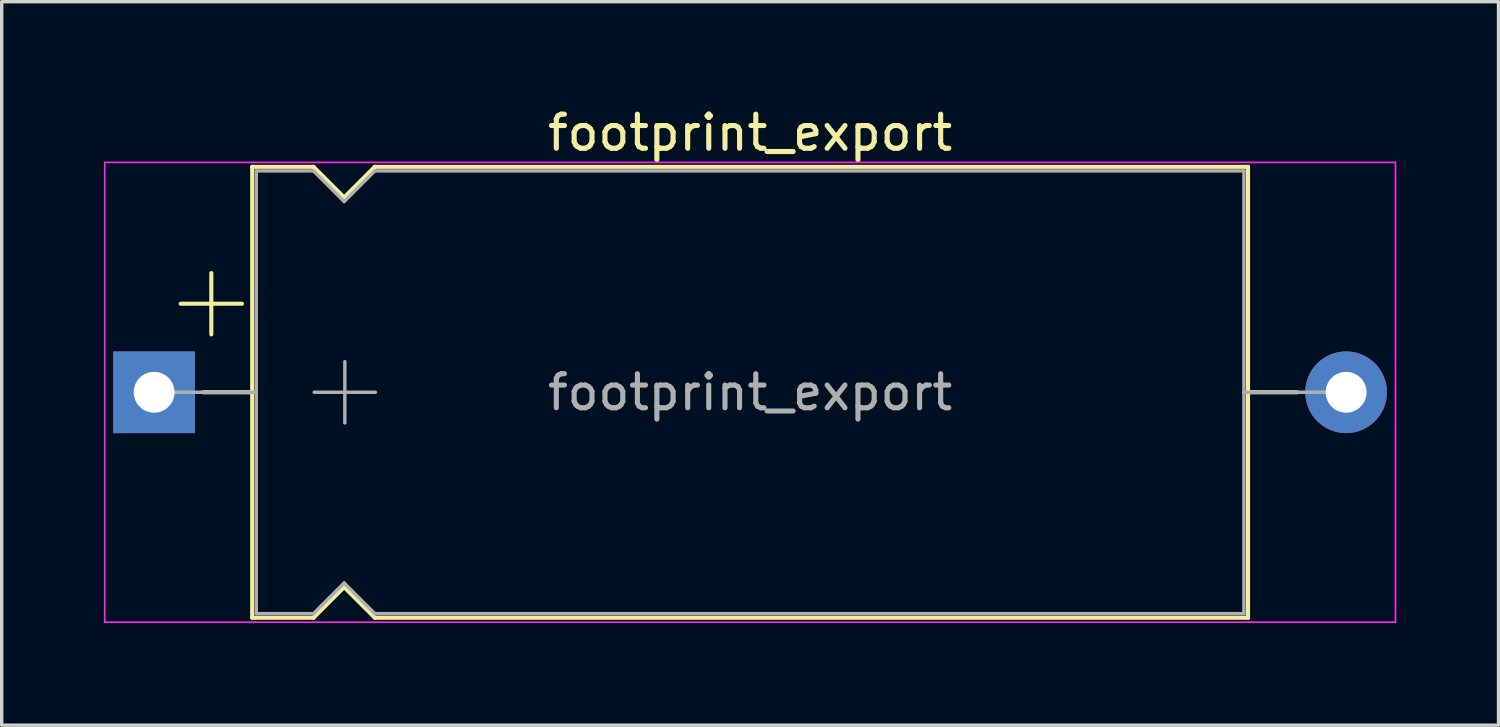
<source format=kicad_pcb>
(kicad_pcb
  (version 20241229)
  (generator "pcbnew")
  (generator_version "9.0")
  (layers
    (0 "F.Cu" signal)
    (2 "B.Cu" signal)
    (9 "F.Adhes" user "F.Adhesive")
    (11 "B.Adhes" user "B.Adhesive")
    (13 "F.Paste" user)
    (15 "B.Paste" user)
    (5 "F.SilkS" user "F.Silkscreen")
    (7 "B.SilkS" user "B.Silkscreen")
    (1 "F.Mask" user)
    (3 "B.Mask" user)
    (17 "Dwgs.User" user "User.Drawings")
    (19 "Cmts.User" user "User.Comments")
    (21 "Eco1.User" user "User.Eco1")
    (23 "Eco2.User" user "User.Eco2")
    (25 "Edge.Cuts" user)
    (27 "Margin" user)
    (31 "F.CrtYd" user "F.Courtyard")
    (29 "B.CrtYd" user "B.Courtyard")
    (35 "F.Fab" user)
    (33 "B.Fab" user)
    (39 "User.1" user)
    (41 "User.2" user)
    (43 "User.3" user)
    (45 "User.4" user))
  (footprint "footprint_export"
    (layer "F.Cu")
    (at 1.475 8.468)
    (property "Reference" "footprint_export" (at 17.5 -7.62 0) (layer "F.SilkS") (effects (font (size 1 1) (thickness 0.15))))
    (attr through_hole)
    (fp_line (start 0.78 -2.6) (end 2.58 -2.6) (stroke (width 0.12) (type solid)) (layer "F.SilkS"))
    (fp_line (start 1.44 0) (end 2.88 0) (stroke (width 0.12) (type solid)) (layer "F.SilkS"))
    (fp_line (start 1.68 -3.5) (end 1.68 -1.7) (stroke (width 0.12) (type solid)) (layer "F.SilkS"))
    (fp_line (start 2.88 -6.62) (end 2.88 6.62) (stroke (width 0.12) (type solid)) (layer "F.SilkS"))
    (fp_line (start 2.88 -6.62) (end 4.68 -6.62) (stroke (width 0.12) (type solid)) (layer "F.SilkS"))
    (fp_line (start 2.88 6.62) (end 4.68 6.62) (stroke (width 0.12) (type solid)) (layer "F.SilkS"))
    (fp_line (start 4.68 -6.62) (end 5.58 -5.72) (stroke (width 0.12) (type solid)) (layer "F.SilkS"))
    (fp_line (start 4.68 6.62) (end 5.58 5.72) (stroke (width 0.12) (type solid)) (layer "F.SilkS"))
    (fp_line (start 5.58 -5.72) (end 6.48 -6.62) (stroke (width 0.12) (type solid)) (layer "F.SilkS"))
    (fp_line (start 5.58 5.72) (end 6.48 6.62) (stroke (width 0.12) (type solid)) (layer "F.SilkS"))
    (fp_line (start 6.48 -6.62) (end 32.12 -6.62) (stroke (width 0.12) (type solid)) (layer "F.SilkS"))
    (fp_line (start 6.48 6.62) (end 32.12 6.62) (stroke (width 0.12) (type solid)) (layer "F.SilkS"))
    (fp_line (start 32.12 -6.62) (end 32.12 6.62) (stroke (width 0.12) (type solid)) (layer "F.SilkS"))
    (fp_line (start 33.56 0) (end 32.12 0) (stroke (width 0.12) (type solid)) (layer "F.SilkS"))
    (fp_line (start -1.45 -6.75) (end -1.45 6.75) (stroke (width 0.05) (type solid)) (layer "F.CrtYd"))
    (fp_line (start -1.45 6.75) (end 36.45 6.75) (stroke (width 0.05) (type solid)) (layer "F.CrtYd"))
    (fp_line (start 36.45 -6.75) (end -1.45 -6.75) (stroke (width 0.05) (type solid)) (layer "F.CrtYd"))
    (fp_line (start 36.45 6.75) (end 36.45 -6.75) (stroke (width 0.05) (type solid)) (layer "F.CrtYd"))
    (fp_line (start 0 0) (end 3 0) (stroke (width 0.1) (type solid)) (layer "F.Fab"))
    (fp_line (start 3 -6.5) (end 3 6.5) (stroke (width 0.1) (type solid)) (layer "F.Fab"))
    (fp_line (start 3 -6.5) (end 4.68 -6.5) (stroke (width 0.1) (type solid)) (layer "F.Fab"))
    (fp_line (start 3 6.5) (end 4.68 6.5) (stroke (width 0.1) (type solid)) (layer "F.Fab"))
    (fp_line (start 4.68 -6.5) (end 5.58 -5.6) (stroke (width 0.1) (type solid)) (layer "F.Fab"))
    (fp_line (start 4.68 6.5) (end 5.58 5.6) (stroke (width 0.1) (type solid)) (layer "F.Fab"))
    (fp_line (start 4.7 0) (end 6.5 0) (stroke (width 0.1) (type solid)) (layer "F.Fab"))
    (fp_line (start 5.58 -5.6) (end 6.48 -6.5) (stroke (width 0.1) (type solid)) (layer "F.Fab"))
    (fp_line (start 5.58 5.6) (end 6.48 6.5) (stroke (width 0.1) (type solid)) (layer "F.Fab"))
    (fp_line (start 5.6 -0.9) (end 5.6 0.9) (stroke (width 0.1) (type solid)) (layer "F.Fab"))
    (fp_line (start 6.48 -6.5) (end 32 -6.5) (stroke (width 0.1) (type solid)) (layer "F.Fab"))
    (fp_line (start 6.48 6.5) (end 32 6.5) (stroke (width 0.1) (type solid)) (layer "F.Fab"))
    (fp_line (start 32 -6.5) (end 32 6.5) (stroke (width 0.1) (type solid)) (layer "F.Fab"))
    (fp_line (start 35 0) (end 32 0) (stroke (width 0.1) (type solid)) (layer "F.Fab"))
    (fp_text user "${REFERENCE}" (at 17.5 0 0) (layer "F.Fab") (effects (font (size 1 1) (thickness 0.15))))
    (pad "1" thru_hole rect (at 0 0) (size 2.4 2.4) (drill 1.2) (layers "*.Cu" "*.Mask"))
    (pad "2" thru_hole oval (at 35 0) (size 2.4 2.4) (drill 1.2) (layers "*.Cu" "*.Mask")))
  (gr_rect
    (start -3 -3)
    (end 40.95 18.243)
    (stroke (width 0.1) (type default))
    (fill no)
    (layer "Edge.Cuts")))
</source>
